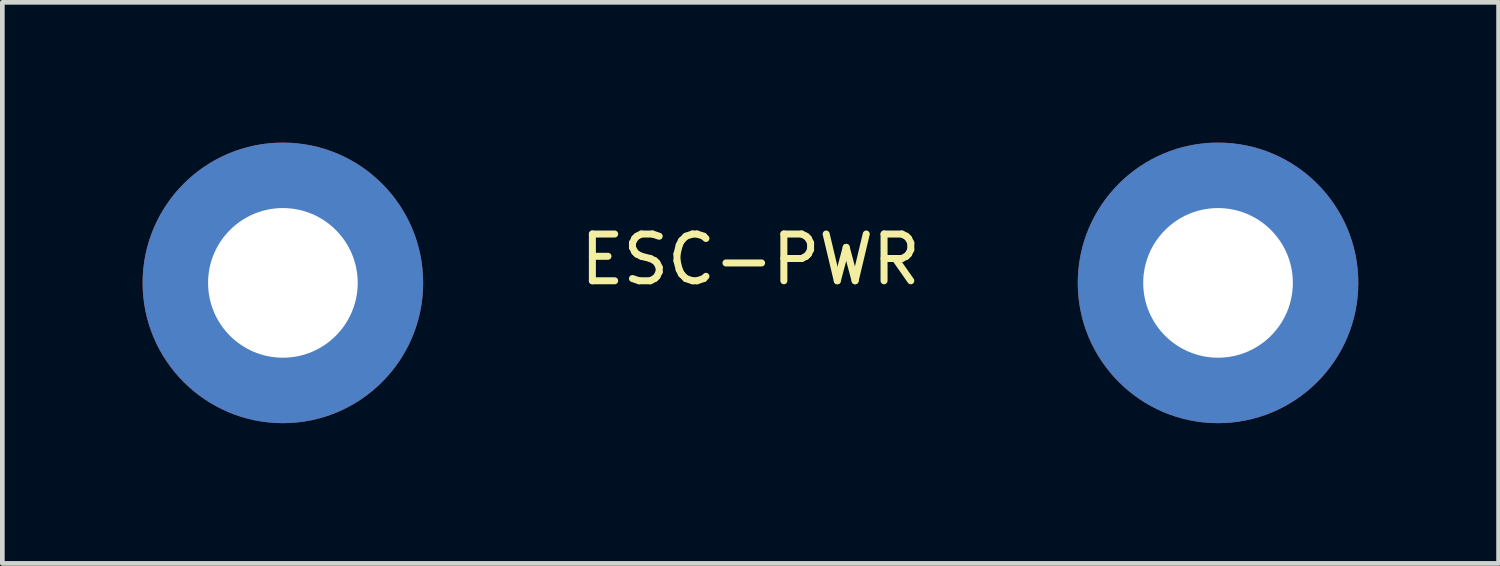
<source format=kicad_pcb>
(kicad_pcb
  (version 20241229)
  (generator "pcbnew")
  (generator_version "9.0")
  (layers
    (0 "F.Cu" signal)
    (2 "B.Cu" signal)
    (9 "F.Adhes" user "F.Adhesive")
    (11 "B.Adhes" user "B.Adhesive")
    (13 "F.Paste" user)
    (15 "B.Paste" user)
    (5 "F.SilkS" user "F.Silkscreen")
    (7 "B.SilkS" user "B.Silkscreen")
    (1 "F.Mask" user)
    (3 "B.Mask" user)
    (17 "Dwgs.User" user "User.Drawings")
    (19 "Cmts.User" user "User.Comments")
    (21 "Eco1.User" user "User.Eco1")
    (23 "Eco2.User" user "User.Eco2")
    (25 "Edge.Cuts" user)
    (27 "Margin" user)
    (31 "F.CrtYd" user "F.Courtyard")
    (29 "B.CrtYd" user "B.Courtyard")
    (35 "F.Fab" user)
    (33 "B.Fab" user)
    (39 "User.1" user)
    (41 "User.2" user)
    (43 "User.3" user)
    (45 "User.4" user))
  (footprint "ESC-PWR"
    (layer "F.Cu")
    (at 13 3)
    (property "Reference" "ESC-PWR" (at 0 -0.5 0) (unlocked yes) (layer "F.SilkS") (effects (font (size 1 1) (thickness 0.15))))
    (attr through_hole)
    (pad "1" thru_hole circle (at -10 0) (size 6 6) (drill 3.2) (layers "*.Cu" "*.Mask"))
    (pad "2" thru_hole circle (at 10 0) (size 6 6) (drill 3.2) (layers "*.Cu" "*.Mask")))
  (gr_rect
    (start -3 -3)
    (end 29 9)
    (stroke (width 0.1) (type default))
    (fill no)
    (layer "Edge.Cuts")))
</source>
